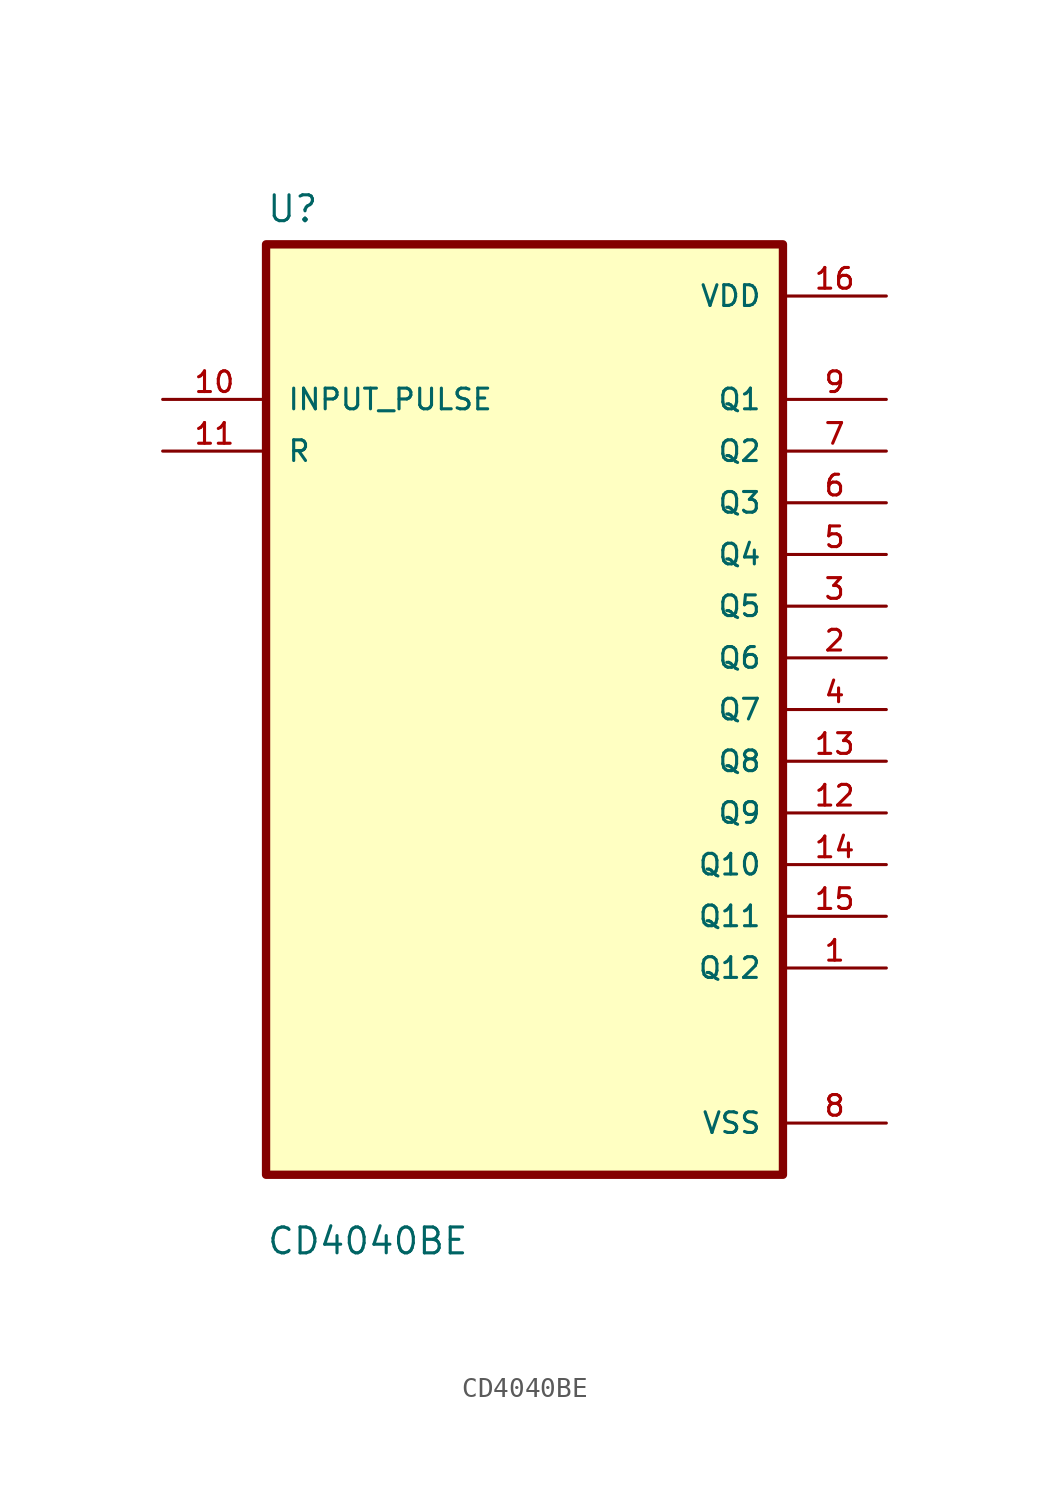
<source format=kicad_sym>
(kicad_symbol_lib
  (version 20211014)
  (generator kicad_symbol_editor)
  (symbol "CD4040BE"
    (pin_names
      (offset 1.016))
    (property "Reference" "U"
      (at -12.7 23.86 0.0)
      (effects (font (size 1.27 1.27)) (justify bottom left)))
    (property "Value" "CD4040BE"
      (at -12.7 -26.86 0.0)
      (effects (font (size 1.27 1.27)) (justify bottom left)))
    (symbol "CD4040BE_0_0"
      (rectangle (start -12.7 -22.86) (end 12.7 22.86) (stroke (width 0.41)) (fill (type background)))
      (pin input line (at -17.78 15.24 0) (length 5.08) (name "INPUT_PULSE" (effects (font (size 1.016 1.016)))) (number "10" (effects (font (size 1.016 1.016)))))
      (pin input line (at -17.78 12.7 0) (length 5.08) (name "R" (effects (font (size 1.016 1.016)))) (number "11" (effects (font (size 1.016 1.016)))))
      (pin power_in line (at 17.78 20.32 180.0) (length 5.08) (name "VDD" (effects (font (size 1.016 1.016)))) (number "16" (effects (font (size 1.016 1.016)))))
      (pin output line (at 17.78 15.24 180.0) (length 5.08) (name "Q1" (effects (font (size 1.016 1.016)))) (number "9" (effects (font (size 1.016 1.016)))))
      (pin output line (at 17.78 12.7 180.0) (length 5.08) (name "Q2" (effects (font (size 1.016 1.016)))) (number "7" (effects (font (size 1.016 1.016)))))
      (pin output line (at 17.78 10.16 180.0) (length 5.08) (name "Q3" (effects (font (size 1.016 1.016)))) (number "6" (effects (font (size 1.016 1.016)))))
      (pin output line (at 17.78 7.62 180.0) (length 5.08) (name "Q4" (effects (font (size 1.016 1.016)))) (number "5" (effects (font (size 1.016 1.016)))))
      (pin output line (at 17.78 5.08 180.0) (length 5.08) (name "Q5" (effects (font (size 1.016 1.016)))) (number "3" (effects (font (size 1.016 1.016)))))
      (pin output line (at 17.78 2.54 180.0) (length 5.08) (name "Q6" (effects (font (size 1.016 1.016)))) (number "2" (effects (font (size 1.016 1.016)))))
      (pin output line (at 17.78 0.0 180.0) (length 5.08) (name "Q7" (effects (font (size 1.016 1.016)))) (number "4" (effects (font (size 1.016 1.016)))))
      (pin output line (at 17.78 -2.54 180.0) (length 5.08) (name "Q8" (effects (font (size 1.016 1.016)))) (number "13" (effects (font (size 1.016 1.016)))))
      (pin output line (at 17.78 -5.08 180.0) (length 5.08) (name "Q9" (effects (font (size 1.016 1.016)))) (number "12" (effects (font (size 1.016 1.016)))))
      (pin output line (at 17.78 -7.62 180.0) (length 5.08) (name "Q10" (effects (font (size 1.016 1.016)))) (number "14" (effects (font (size 1.016 1.016)))))
      (pin output line (at 17.78 -10.16 180.0) (length 5.08) (name "Q11" (effects (font (size 1.016 1.016)))) (number "15" (effects (font (size 1.016 1.016)))))
      (pin output line (at 17.78 -12.7 180.0) (length 5.08) (name "Q12" (effects (font (size 1.016 1.016)))) (number "1" (effects (font (size 1.016 1.016)))))
      (pin power_in line (at 17.78 -20.32 180.0) (length 5.08) (name "VSS" (effects (font (size 1.016 1.016)))) (number "8" (effects (font (size 1.016 1.016))))))))
</source>
